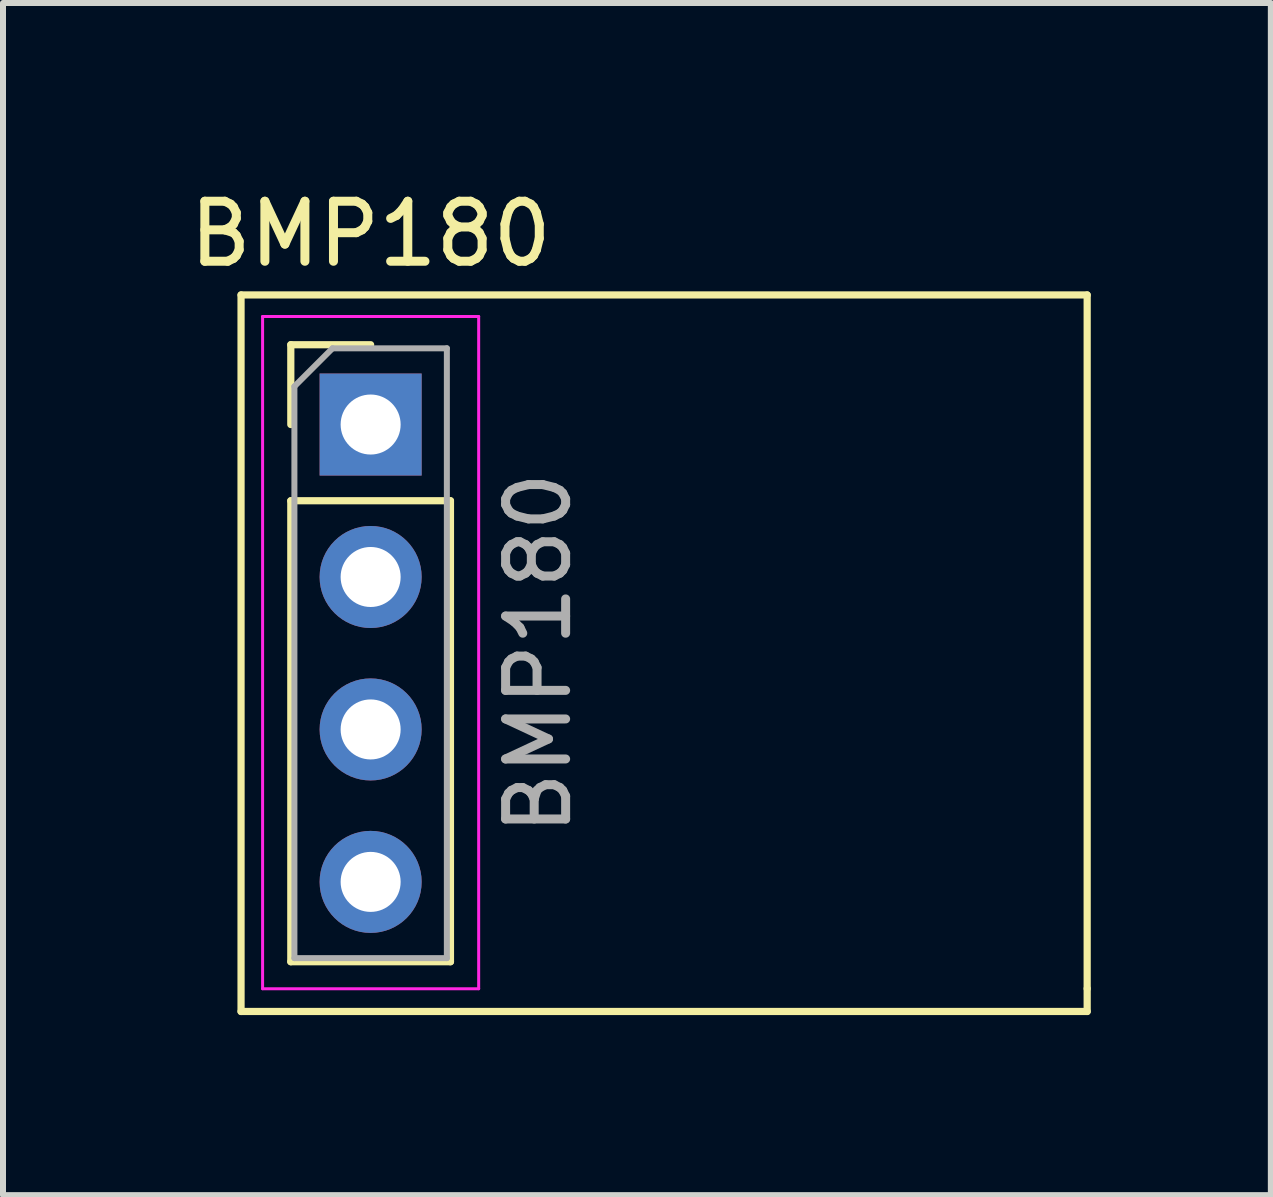
<source format=kicad_pcb>
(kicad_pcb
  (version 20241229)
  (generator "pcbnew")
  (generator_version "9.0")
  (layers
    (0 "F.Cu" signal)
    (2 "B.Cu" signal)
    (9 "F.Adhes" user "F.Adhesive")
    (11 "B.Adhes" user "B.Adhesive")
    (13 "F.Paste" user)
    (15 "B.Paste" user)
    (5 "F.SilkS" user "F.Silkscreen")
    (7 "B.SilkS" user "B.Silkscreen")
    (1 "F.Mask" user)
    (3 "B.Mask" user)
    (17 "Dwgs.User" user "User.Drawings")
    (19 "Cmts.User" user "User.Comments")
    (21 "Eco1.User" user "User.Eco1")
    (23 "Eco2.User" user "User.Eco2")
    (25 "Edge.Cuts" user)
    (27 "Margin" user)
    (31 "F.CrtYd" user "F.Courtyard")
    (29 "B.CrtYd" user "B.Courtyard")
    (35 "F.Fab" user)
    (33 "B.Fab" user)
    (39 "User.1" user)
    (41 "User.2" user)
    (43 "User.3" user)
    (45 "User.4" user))
  (footprint "BMP180"
    (layer "F.Cu")
    (at 8.586 6.944)
    (property "Reference" "BMP180" (at -5.461 -6.096 0) (layer "F.SilkS") (effects (font (size 1 1) (thickness 0.15))))
    (attr through_hole)
    (fp_line (start -7.62 -5.08) (end 6.477 -5.08) (stroke (width 0.12) (type solid)) (layer "F.SilkS"))
    (fp_line (start -7.62 6.858) (end -7.62 -5.08) (stroke (width 0.12) (type solid)) (layer "F.SilkS"))
    (fp_line (start -6.791 -4.251) (end -5.461 -4.251) (stroke (width 0.12) (type solid)) (layer "F.SilkS"))
    (fp_line (start -6.791 -2.921) (end -6.791 -4.251) (stroke (width 0.12) (type solid)) (layer "F.SilkS"))
    (fp_line (start -6.791 -1.651) (end -6.791 6.029) (stroke (width 0.12) (type solid)) (layer "F.SilkS"))
    (fp_line (start -6.791 -1.651) (end -4.131 -1.651) (stroke (width 0.12) (type solid)) (layer "F.SilkS"))
    (fp_line (start -6.791 6.029) (end -4.131 6.029) (stroke (width 0.12) (type solid)) (layer "F.SilkS"))
    (fp_line (start -4.131 -1.651) (end -4.131 6.029) (stroke (width 0.12) (type solid)) (layer "F.SilkS"))
    (fp_line (start 6.477 -5.08) (end 6.477 6.477) (stroke (width 0.12) (type solid)) (layer "F.SilkS"))
    (fp_line (start 6.477 6.477) (end 6.477 6.858) (stroke (width 0.12) (type solid)) (layer "F.SilkS"))
    (fp_line (start 6.477 6.858) (end -7.62 6.858) (stroke (width 0.12) (type solid)) (layer "F.SilkS"))
    (fp_line (start -7.261 -4.721) (end -7.261 6.479) (stroke (width 0.05) (type solid)) (layer "F.CrtYd"))
    (fp_line (start -7.261 6.479) (end -3.661 6.479) (stroke (width 0.05) (type solid)) (layer "F.CrtYd"))
    (fp_line (start -3.661 -4.721) (end -7.261 -4.721) (stroke (width 0.05) (type solid)) (layer "F.CrtYd"))
    (fp_line (start -3.661 6.479) (end -3.661 -4.721) (stroke (width 0.05) (type solid)) (layer "F.CrtYd"))
    (fp_line (start -6.731 -3.556) (end -6.096 -4.191) (stroke (width 0.1) (type solid)) (layer "F.Fab"))
    (fp_line (start -6.731 5.969) (end -6.731 -3.556) (stroke (width 0.1) (type solid)) (layer "F.Fab"))
    (fp_line (start -6.096 -4.191) (end -4.191 -4.191) (stroke (width 0.1) (type solid)) (layer "F.Fab"))
    (fp_line (start -4.191 -4.191) (end -4.191 5.969) (stroke (width 0.1) (type solid)) (layer "F.Fab"))
    (fp_line (start -4.191 5.969) (end -6.731 5.969) (stroke (width 0.1) (type solid)) (layer "F.Fab"))
    (fp_text user "${REFERENCE}" (at -2.667 0.889 90) (layer "F.Fab") (effects (font (size 1 1) (thickness 0.15))))
    (pad "1" thru_hole rect (at -5.461 -2.921) (size 1.7 1.7) (drill 1) (layers "*.Cu" "*.Mask"))
    (pad "2" thru_hole oval (at -5.461 -0.381) (size 1.7 1.7) (drill 1) (layers "*.Cu" "*.Mask"))
    (pad "3" thru_hole oval (at -5.461 2.159) (size 1.7 1.7) (drill 1) (layers "*.Cu" "*.Mask"))
    (pad "4" thru_hole oval (at -5.461 4.699) (size 1.7 1.7) (drill 1) (layers "*.Cu" "*.Mask")))
  (gr_rect
    (start -3 -3)
    (end 18.123 16.862)
    (stroke (width 0.1) (type default))
    (fill no)
    (layer "Edge.Cuts")))
</source>
